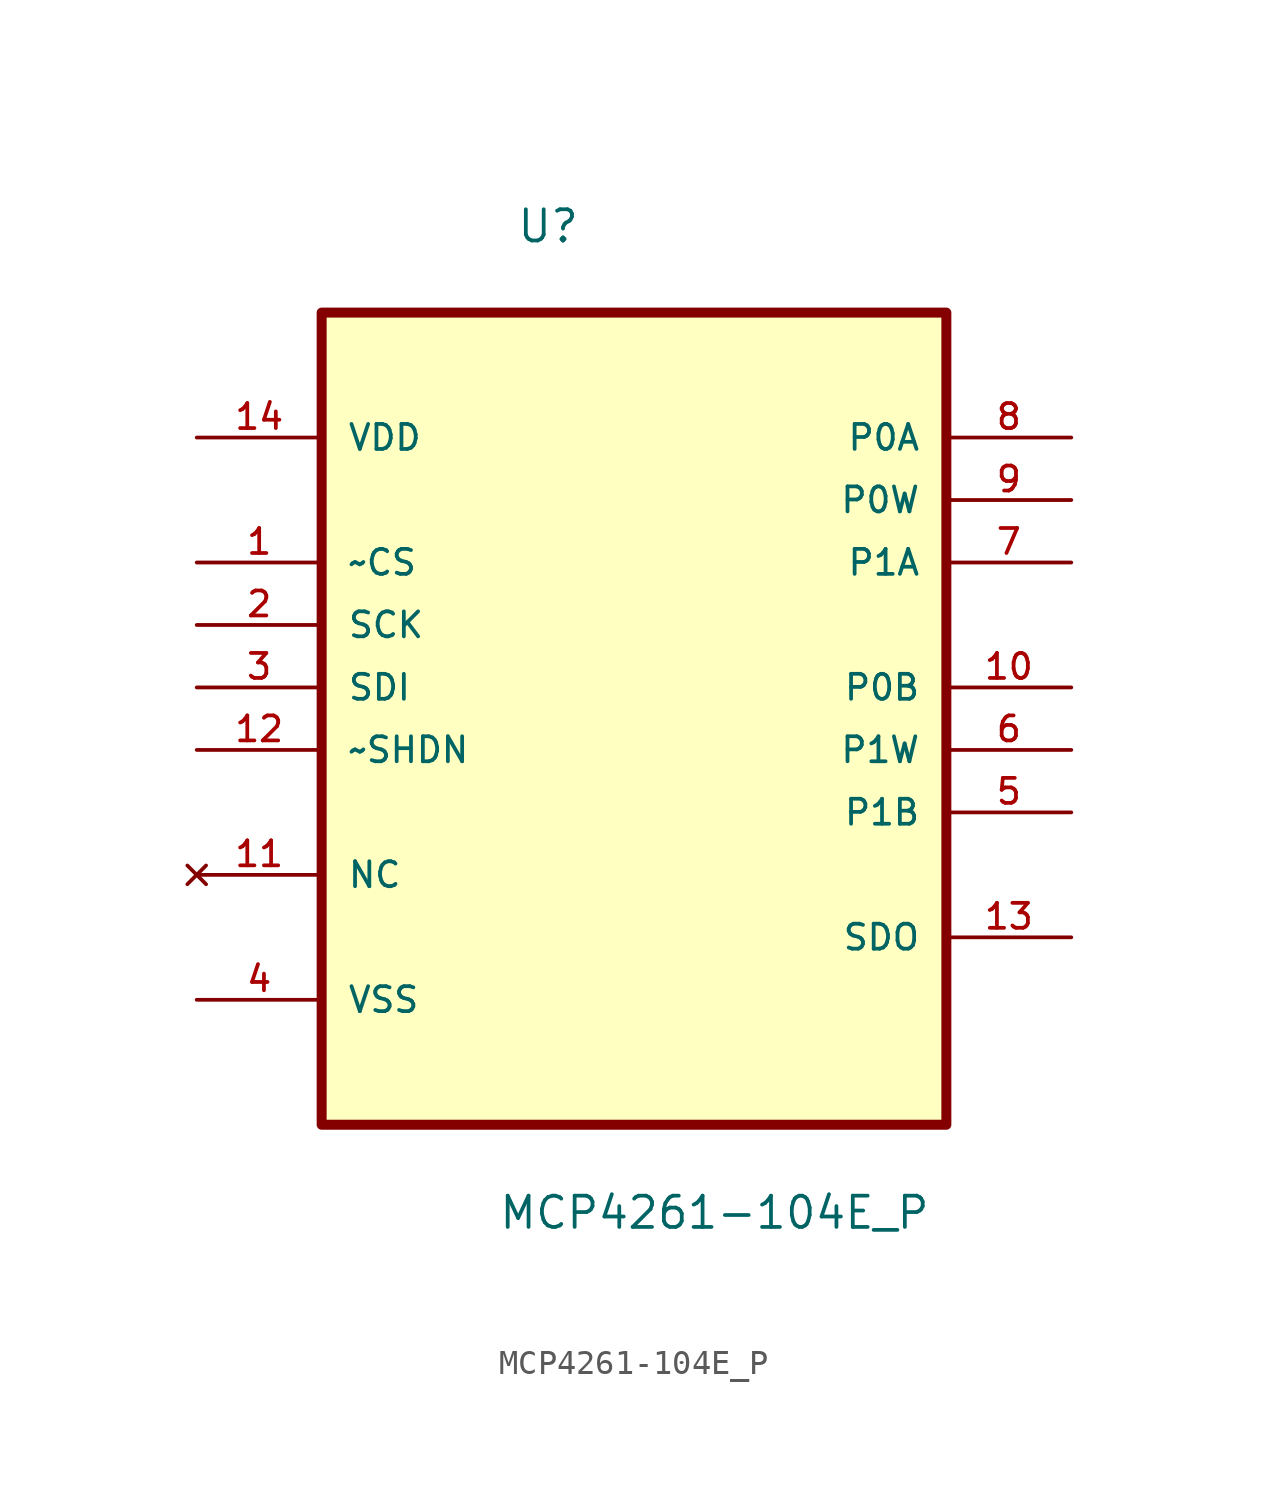
<source format=kicad_sym>
(kicad_symbol_lib
  (version 20211014)
  (generator kicad_symbol_editor)
  (symbol "MCP4261-104E_P"
    (pin_names
      (offset 1.016))
    (property "Reference" "U"
      (at -4.801 15.469 0.0)
      (effects (font (size 1.27 1.27)) (justify bottom left)))
    (property "Value" "MCP4261-104E_P"
      (at -5.537 -24.638 0.0)
      (effects (font (size 1.27 1.27)) (justify bottom left)))
    (symbol "MCP4261-104E_P_0_0"
      (rectangle (start -12.7 -20.32) (end 12.7 12.7) (stroke (width 0.406)) (fill (type background)))
      (pin power_in line (at -17.78 7.62 0) (length 5.08) (name "VDD" (effects (font (size 1.016 1.016)))) (number "14" (effects (font (size 1.016 1.016)))))
      (pin input line (at -17.78 2.54 0) (length 5.08) (name "~CS" (effects (font (size 1.016 1.016)))) (number "1" (effects (font (size 1.016 1.016)))))
      (pin input line (at -17.78 0.0 0) (length 5.08) (name "SCK" (effects (font (size 1.016 1.016)))) (number "2" (effects (font (size 1.016 1.016)))))
      (pin input line (at -17.78 -2.54 0) (length 5.08) (name "SDI" (effects (font (size 1.016 1.016)))) (number "3" (effects (font (size 1.016 1.016)))))
      (pin input line (at -17.78 -5.08 0) (length 5.08) (name "~SHDN" (effects (font (size 1.016 1.016)))) (number "12" (effects (font (size 1.016 1.016)))))
      (pin no_connect line (at -17.78 -10.16 0) (length 5.08) (name "NC" (effects (font (size 1.016 1.016)))) (number "11" (effects (font (size 1.016 1.016)))))
      (pin passive line (at -17.78 -15.24 0) (length 5.08) (name "VSS" (effects (font (size 1.016 1.016)))) (number "4" (effects (font (size 1.016 1.016)))))
      (pin passive line (at 17.78 7.62 180.0) (length 5.08) (name "P0A" (effects (font (size 1.016 1.016)))) (number "8" (effects (font (size 1.016 1.016)))))
      (pin passive line (at 17.78 5.08 180.0) (length 5.08) (name "P0W" (effects (font (size 1.016 1.016)))) (number "9" (effects (font (size 1.016 1.016)))))
      (pin passive line (at 17.78 2.54 180.0) (length 5.08) (name "P1A" (effects (font (size 1.016 1.016)))) (number "7" (effects (font (size 1.016 1.016)))))
      (pin passive line (at 17.78 -2.54 180.0) (length 5.08) (name "P0B" (effects (font (size 1.016 1.016)))) (number "10" (effects (font (size 1.016 1.016)))))
      (pin passive line (at 17.78 -5.08 180.0) (length 5.08) (name "P1W" (effects (font (size 1.016 1.016)))) (number "6" (effects (font (size 1.016 1.016)))))
      (pin passive line (at 17.78 -7.62 180.0) (length 5.08) (name "P1B" (effects (font (size 1.016 1.016)))) (number "5" (effects (font (size 1.016 1.016)))))
      (pin output line (at 17.78 -12.7 180.0) (length 5.08) (name "SDO" (effects (font (size 1.016 1.016)))) (number "13" (effects (font (size 1.016 1.016))))))))
</source>
